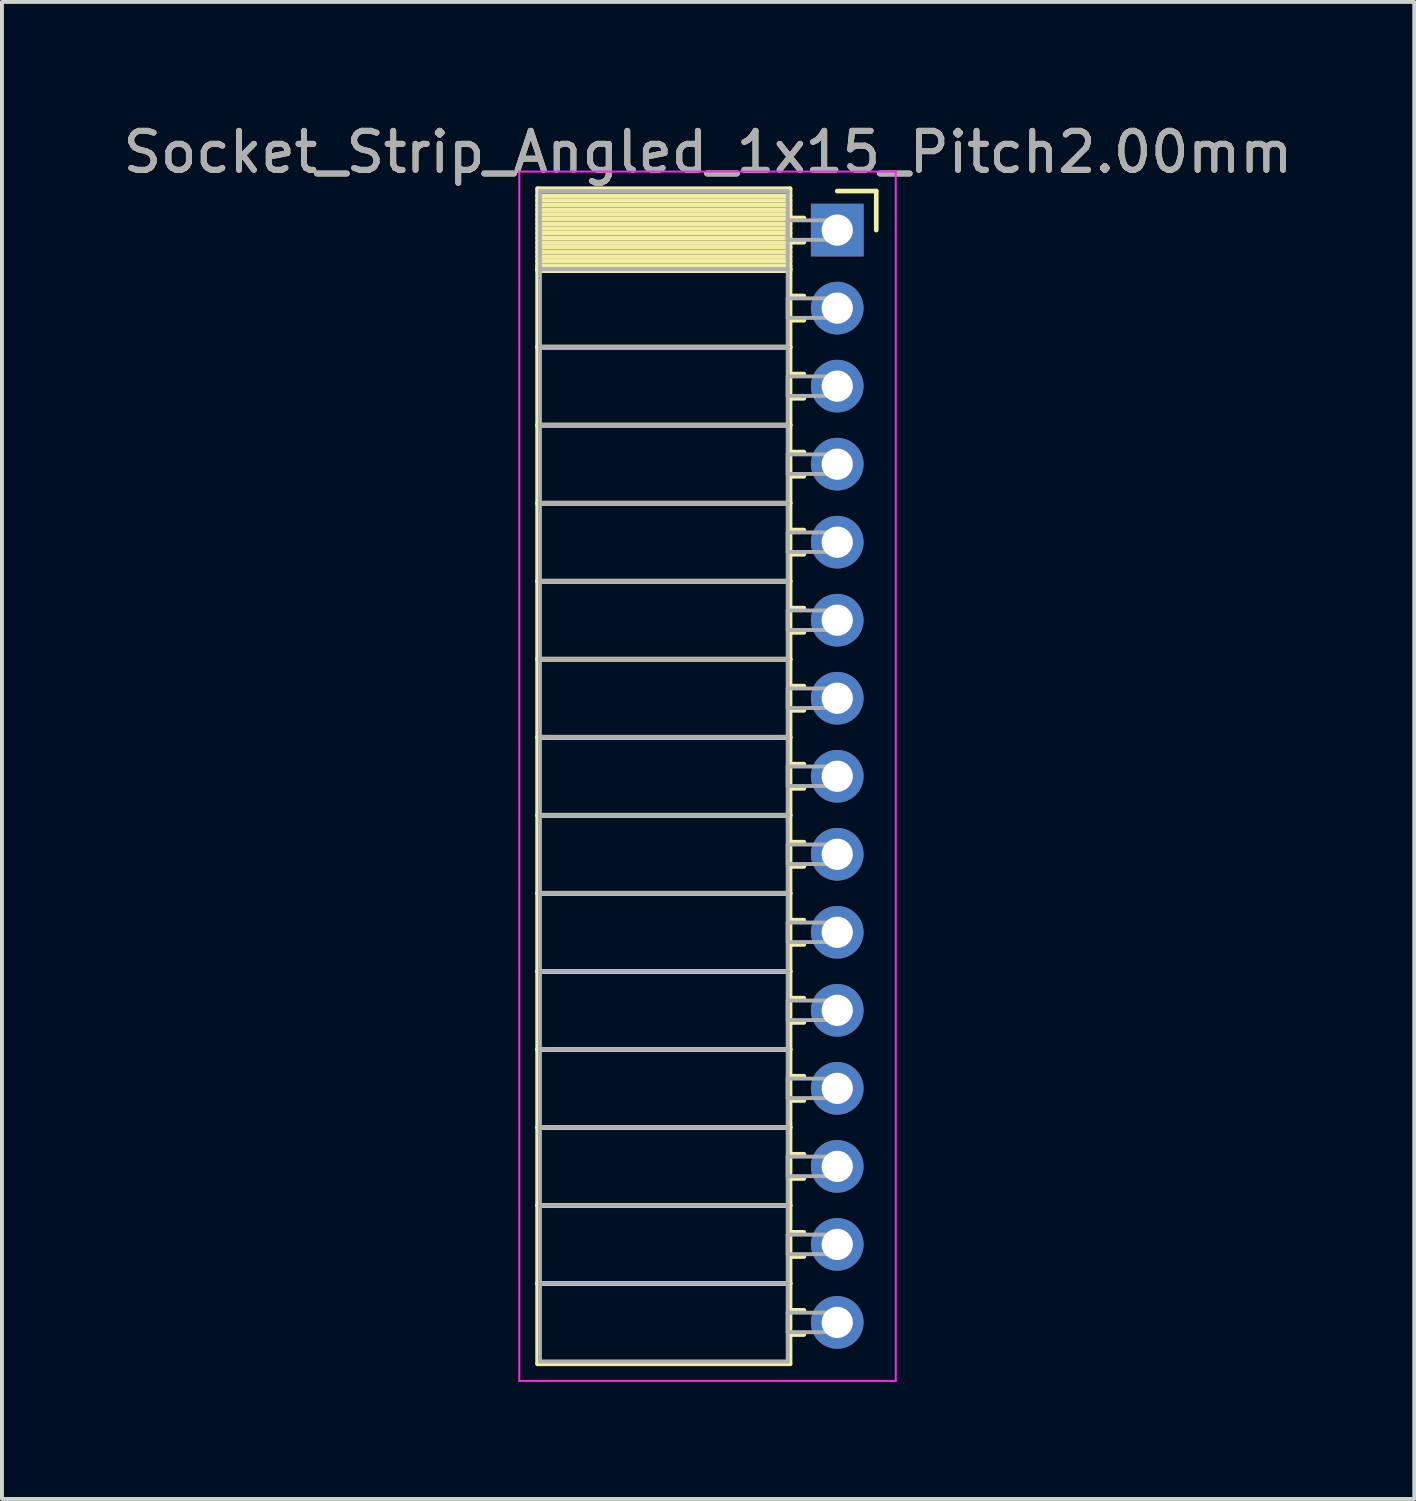
<source format=kicad_pcb>
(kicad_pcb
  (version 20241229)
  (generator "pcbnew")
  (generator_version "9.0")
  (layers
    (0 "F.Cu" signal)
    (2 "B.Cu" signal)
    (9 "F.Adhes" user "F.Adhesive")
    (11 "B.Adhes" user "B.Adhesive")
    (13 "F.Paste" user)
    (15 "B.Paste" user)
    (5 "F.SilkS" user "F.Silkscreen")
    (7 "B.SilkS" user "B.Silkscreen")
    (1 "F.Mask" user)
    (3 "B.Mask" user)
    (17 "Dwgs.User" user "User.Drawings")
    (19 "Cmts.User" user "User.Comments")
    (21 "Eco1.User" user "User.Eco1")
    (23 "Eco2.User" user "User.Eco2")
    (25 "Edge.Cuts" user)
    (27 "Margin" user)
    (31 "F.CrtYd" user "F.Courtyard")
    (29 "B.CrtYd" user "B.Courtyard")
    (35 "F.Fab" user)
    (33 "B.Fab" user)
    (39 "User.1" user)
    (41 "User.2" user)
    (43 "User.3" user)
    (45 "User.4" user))
  (footprint "Socket_Strip_Angled_1x15_Pitch2.00mm"
    (layer "F.Cu")
    (at 18.411 2.848)
    (property "Reference" "Socket_Strip_Angled_1x15_Pitch2.00mm" (at -3.31 -2 0) (layer "F.SilkS") (effects (font (size 1 1) (thickness 0.15))))
    (attr through_hole)
    (fp_line (start -7.68 -1.06) (end -1.21 -1.06) (stroke (width 0.12) (type solid)) (layer "F.SilkS"))
    (fp_line (start -7.68 1) (end -7.68 -1.06) (stroke (width 0.12) (type solid)) (layer "F.SilkS"))
    (fp_line (start -7.68 1) (end -1.21 1) (stroke (width 0.12) (type solid)) (layer "F.SilkS"))
    (fp_line (start -7.68 3) (end -7.68 1) (stroke (width 0.12) (type solid)) (layer "F.SilkS"))
    (fp_line (start -7.68 3) (end -1.21 3) (stroke (width 0.12) (type solid)) (layer "F.SilkS"))
    (fp_line (start -7.68 5) (end -7.68 3) (stroke (width 0.12) (type solid)) (layer "F.SilkS"))
    (fp_line (start -7.68 5) (end -1.21 5) (stroke (width 0.12) (type solid)) (layer "F.SilkS"))
    (fp_line (start -7.68 7) (end -7.68 5) (stroke (width 0.12) (type solid)) (layer "F.SilkS"))
    (fp_line (start -7.68 7) (end -1.21 7) (stroke (width 0.12) (type solid)) (layer "F.SilkS"))
    (fp_line (start -7.68 9) (end -7.68 7) (stroke (width 0.12) (type solid)) (layer "F.SilkS"))
    (fp_line (start -7.68 9) (end -1.21 9) (stroke (width 0.12) (type solid)) (layer "F.SilkS"))
    (fp_line (start -7.68 11) (end -7.68 9) (stroke (width 0.12) (type solid)) (layer "F.SilkS"))
    (fp_line (start -7.68 11) (end -1.21 11) (stroke (width 0.12) (type solid)) (layer "F.SilkS"))
    (fp_line (start -7.68 13) (end -7.68 11) (stroke (width 0.12) (type solid)) (layer "F.SilkS"))
    (fp_line (start -7.68 13) (end -1.21 13) (stroke (width 0.12) (type solid)) (layer "F.SilkS"))
    (fp_line (start -7.68 15) (end -7.68 13) (stroke (width 0.12) (type solid)) (layer "F.SilkS"))
    (fp_line (start -7.68 15) (end -1.21 15) (stroke (width 0.12) (type solid)) (layer "F.SilkS"))
    (fp_line (start -7.68 17) (end -7.68 15) (stroke (width 0.12) (type solid)) (layer "F.SilkS"))
    (fp_line (start -7.68 17) (end -1.21 17) (stroke (width 0.12) (type solid)) (layer "F.SilkS"))
    (fp_line (start -7.68 19) (end -7.68 17) (stroke (width 0.12) (type solid)) (layer "F.SilkS"))
    (fp_line (start -7.68 19) (end -1.21 19) (stroke (width 0.12) (type solid)) (layer "F.SilkS"))
    (fp_line (start -7.68 21) (end -7.68 19) (stroke (width 0.12) (type solid)) (layer "F.SilkS"))
    (fp_line (start -7.68 21) (end -1.21 21) (stroke (width 0.12) (type solid)) (layer "F.SilkS"))
    (fp_line (start -7.68 23) (end -7.68 21) (stroke (width 0.12) (type solid)) (layer "F.SilkS"))
    (fp_line (start -7.68 23) (end -1.21 23) (stroke (width 0.12) (type solid)) (layer "F.SilkS"))
    (fp_line (start -7.68 25) (end -7.68 23) (stroke (width 0.12) (type solid)) (layer "F.SilkS"))
    (fp_line (start -7.68 25) (end -1.21 25) (stroke (width 0.12) (type solid)) (layer "F.SilkS"))
    (fp_line (start -7.68 27) (end -7.68 25) (stroke (width 0.12) (type solid)) (layer "F.SilkS"))
    (fp_line (start -7.68 27) (end -1.21 27) (stroke (width 0.12) (type solid)) (layer "F.SilkS"))
    (fp_line (start -7.68 29.06) (end -7.68 27) (stroke (width 0.12) (type solid)) (layer "F.SilkS"))
    (fp_line (start -1.21 -1.06) (end -1.21 1) (stroke (width 0.12) (type solid)) (layer "F.SilkS"))
    (fp_line (start -1.21 -0.88) (end -7.68 -0.88) (stroke (width 0.12) (type solid)) (layer "F.SilkS"))
    (fp_line (start -1.21 -0.76) (end -7.68 -0.76) (stroke (width 0.12) (type solid)) (layer "F.SilkS"))
    (fp_line (start -1.21 -0.64) (end -7.68 -0.64) (stroke (width 0.12) (type solid)) (layer "F.SilkS"))
    (fp_line (start -1.21 -0.52) (end -7.68 -0.52) (stroke (width 0.12) (type solid)) (layer "F.SilkS"))
    (fp_line (start -1.21 -0.4) (end -7.68 -0.4) (stroke (width 0.12) (type solid)) (layer "F.SilkS"))
    (fp_line (start -1.21 -0.28) (end -7.68 -0.28) (stroke (width 0.12) (type solid)) (layer "F.SilkS"))
    (fp_line (start -1.21 -0.16) (end -7.68 -0.16) (stroke (width 0.12) (type solid)) (layer "F.SilkS"))
    (fp_line (start -1.21 -0.04) (end -7.68 -0.04) (stroke (width 0.12) (type solid)) (layer "F.SilkS"))
    (fp_line (start -1.21 0.08) (end -7.68 0.08) (stroke (width 0.12) (type solid)) (layer "F.SilkS"))
    (fp_line (start -1.21 0.2) (end -7.68 0.2) (stroke (width 0.12) (type solid)) (layer "F.SilkS"))
    (fp_line (start -1.21 0.32) (end -7.68 0.32) (stroke (width 0.12) (type solid)) (layer "F.SilkS"))
    (fp_line (start -1.21 0.44) (end -7.68 0.44) (stroke (width 0.12) (type solid)) (layer "F.SilkS"))
    (fp_line (start -1.21 0.56) (end -7.68 0.56) (stroke (width 0.12) (type solid)) (layer "F.SilkS"))
    (fp_line (start -1.21 0.68) (end -7.68 0.68) (stroke (width 0.12) (type solid)) (layer "F.SilkS"))
    (fp_line (start -1.21 0.8) (end -7.68 0.8) (stroke (width 0.12) (type solid)) (layer "F.SilkS"))
    (fp_line (start -1.21 0.92) (end -7.68 0.92) (stroke (width 0.12) (type solid)) (layer "F.SilkS"))
    (fp_line (start -1.21 1) (end -7.68 1) (stroke (width 0.12) (type solid)) (layer "F.SilkS"))
    (fp_line (start -1.21 1) (end -1.21 3) (stroke (width 0.12) (type solid)) (layer "F.SilkS"))
    (fp_line (start -1.21 1.04) (end -7.68 1.04) (stroke (width 0.12) (type solid)) (layer "F.SilkS"))
    (fp_line (start -1.21 3) (end -7.68 3) (stroke (width 0.12) (type solid)) (layer "F.SilkS"))
    (fp_line (start -1.21 3) (end -1.21 5) (stroke (width 0.12) (type solid)) (layer "F.SilkS"))
    (fp_line (start -1.21 5) (end -7.68 5) (stroke (width 0.12) (type solid)) (layer "F.SilkS"))
    (fp_line (start -1.21 5) (end -1.21 7) (stroke (width 0.12) (type solid)) (layer "F.SilkS"))
    (fp_line (start -1.21 7) (end -7.68 7) (stroke (width 0.12) (type solid)) (layer "F.SilkS"))
    (fp_line (start -1.21 7) (end -1.21 9) (stroke (width 0.12) (type solid)) (layer "F.SilkS"))
    (fp_line (start -1.21 9) (end -7.68 9) (stroke (width 0.12) (type solid)) (layer "F.SilkS"))
    (fp_line (start -1.21 9) (end -1.21 11) (stroke (width 0.12) (type solid)) (layer "F.SilkS"))
    (fp_line (start -1.21 11) (end -7.68 11) (stroke (width 0.12) (type solid)) (layer "F.SilkS"))
    (fp_line (start -1.21 11) (end -1.21 13) (stroke (width 0.12) (type solid)) (layer "F.SilkS"))
    (fp_line (start -1.21 13) (end -7.68 13) (stroke (width 0.12) (type solid)) (layer "F.SilkS"))
    (fp_line (start -1.21 13) (end -1.21 15) (stroke (width 0.12) (type solid)) (layer "F.SilkS"))
    (fp_line (start -1.21 15) (end -7.68 15) (stroke (width 0.12) (type solid)) (layer "F.SilkS"))
    (fp_line (start -1.21 15) (end -1.21 17) (stroke (width 0.12) (type solid)) (layer "F.SilkS"))
    (fp_line (start -1.21 17) (end -7.68 17) (stroke (width 0.12) (type solid)) (layer "F.SilkS"))
    (fp_line (start -1.21 17) (end -1.21 19) (stroke (width 0.12) (type solid)) (layer "F.SilkS"))
    (fp_line (start -1.21 19) (end -7.68 19) (stroke (width 0.12) (type solid)) (layer "F.SilkS"))
    (fp_line (start -1.21 19) (end -1.21 21) (stroke (width 0.12) (type solid)) (layer "F.SilkS"))
    (fp_line (start -1.21 21) (end -7.68 21) (stroke (width 0.12) (type solid)) (layer "F.SilkS"))
    (fp_line (start -1.21 21) (end -1.21 23) (stroke (width 0.12) (type solid)) (layer "F.SilkS"))
    (fp_line (start -1.21 23) (end -7.68 23) (stroke (width 0.12) (type solid)) (layer "F.SilkS"))
    (fp_line (start -1.21 23) (end -1.21 25) (stroke (width 0.12) (type solid)) (layer "F.SilkS"))
    (fp_line (start -1.21 25) (end -7.68 25) (stroke (width 0.12) (type solid)) (layer "F.SilkS"))
    (fp_line (start -1.21 25) (end -1.21 27) (stroke (width 0.12) (type solid)) (layer "F.SilkS"))
    (fp_line (start -1.21 27) (end -7.68 27) (stroke (width 0.12) (type solid)) (layer "F.SilkS"))
    (fp_line (start -1.21 27) (end -1.21 29.06) (stroke (width 0.12) (type solid)) (layer "F.SilkS"))
    (fp_line (start -1.21 29.06) (end -7.68 29.06) (stroke (width 0.12) (type solid)) (layer "F.SilkS"))
    (fp_line (start -0.855 -0.31) (end -1.21 -0.31) (stroke (width 0.12) (type solid)) (layer "F.SilkS"))
    (fp_line (start -0.855 0.31) (end -1.21 0.31) (stroke (width 0.12) (type solid)) (layer "F.SilkS"))
    (fp_line (start -0.855 1.69) (end -1.21 1.69) (stroke (width 0.12) (type solid)) (layer "F.SilkS"))
    (fp_line (start -0.855 2.31) (end -1.21 2.31) (stroke (width 0.12) (type solid)) (layer "F.SilkS"))
    (fp_line (start -0.855 3.69) (end -1.21 3.69) (stroke (width 0.12) (type solid)) (layer "F.SilkS"))
    (fp_line (start -0.855 4.31) (end -1.21 4.31) (stroke (width 0.12) (type solid)) (layer "F.SilkS"))
    (fp_line (start -0.855 5.69) (end -1.21 5.69) (stroke (width 0.12) (type solid)) (layer "F.SilkS"))
    (fp_line (start -0.855 6.31) (end -1.21 6.31) (stroke (width 0.12) (type solid)) (layer "F.SilkS"))
    (fp_line (start -0.855 7.69) (end -1.21 7.69) (stroke (width 0.12) (type solid)) (layer "F.SilkS"))
    (fp_line (start -0.855 8.31) (end -1.21 8.31) (stroke (width 0.12) (type solid)) (layer "F.SilkS"))
    (fp_line (start -0.855 9.69) (end -1.21 9.69) (stroke (width 0.12) (type solid)) (layer "F.SilkS"))
    (fp_line (start -0.855 10.31) (end -1.21 10.31) (stroke (width 0.12) (type solid)) (layer "F.SilkS"))
    (fp_line (start -0.855 11.69) (end -1.21 11.69) (stroke (width 0.12) (type solid)) (layer "F.SilkS"))
    (fp_line (start -0.855 12.31) (end -1.21 12.31) (stroke (width 0.12) (type solid)) (layer "F.SilkS"))
    (fp_line (start -0.855 13.69) (end -1.21 13.69) (stroke (width 0.12) (type solid)) (layer "F.SilkS"))
    (fp_line (start -0.855 14.31) (end -1.21 14.31) (stroke (width 0.12) (type solid)) (layer "F.SilkS"))
    (fp_line (start -0.855 15.69) (end -1.21 15.69) (stroke (width 0.12) (type solid)) (layer "F.SilkS"))
    (fp_line (start -0.855 16.31) (end -1.21 16.31) (stroke (width 0.12) (type solid)) (layer "F.SilkS"))
    (fp_line (start -0.855 17.69) (end -1.21 17.69) (stroke (width 0.12) (type solid)) (layer "F.SilkS"))
    (fp_line (start -0.855 18.31) (end -1.21 18.31) (stroke (width 0.12) (type solid)) (layer "F.SilkS"))
    (fp_line (start -0.855 19.69) (end -1.21 19.69) (stroke (width 0.12) (type solid)) (layer "F.SilkS"))
    (fp_line (start -0.855 20.31) (end -1.21 20.31) (stroke (width 0.12) (type solid)) (layer "F.SilkS"))
    (fp_line (start -0.855 21.69) (end -1.21 21.69) (stroke (width 0.12) (type solid)) (layer "F.SilkS"))
    (fp_line (start -0.855 22.31) (end -1.21 22.31) (stroke (width 0.12) (type solid)) (layer "F.SilkS"))
    (fp_line (start -0.855 23.69) (end -1.21 23.69) (stroke (width 0.12) (type solid)) (layer "F.SilkS"))
    (fp_line (start -0.855 24.31) (end -1.21 24.31) (stroke (width 0.12) (type solid)) (layer "F.SilkS"))
    (fp_line (start -0.855 25.69) (end -1.21 25.69) (stroke (width 0.12) (type solid)) (layer "F.SilkS"))
    (fp_line (start -0.855 26.31) (end -1.21 26.31) (stroke (width 0.12) (type solid)) (layer "F.SilkS"))
    (fp_line (start -0.855 27.69) (end -1.21 27.69) (stroke (width 0.12) (type solid)) (layer "F.SilkS"))
    (fp_line (start -0.855 28.31) (end -1.21 28.31) (stroke (width 0.12) (type solid)) (layer "F.SilkS"))
    (fp_line (start 0 -1) (end 1 -1) (stroke (width 0.12) (type solid)) (layer "F.SilkS"))
    (fp_line (start 1 -1) (end 1 0) (stroke (width 0.12) (type solid)) (layer "F.SilkS"))
    (fp_line (start -8.15 -1.5) (end 1.5 -1.5) (stroke (width 0.05) (type solid)) (layer "F.CrtYd"))
    (fp_line (start -8.15 29.5) (end -8.15 -1.5) (stroke (width 0.05) (type solid)) (layer "F.CrtYd"))
    (fp_line (start 1.5 -1.5) (end 1.5 29.5) (stroke (width 0.05) (type solid)) (layer "F.CrtYd"))
    (fp_line (start 1.5 29.5) (end -8.15 29.5) (stroke (width 0.05) (type solid)) (layer "F.CrtYd"))
    (fp_line (start -7.62 -1) (end -1.27 -1) (stroke (width 0.1) (type solid)) (layer "F.Fab"))
    (fp_line (start -7.62 1) (end -7.62 -1) (stroke (width 0.1) (type solid)) (layer "F.Fab"))
    (fp_line (start -7.62 1) (end -1.27 1) (stroke (width 0.1) (type solid)) (layer "F.Fab"))
    (fp_line (start -7.62 3) (end -7.62 1) (stroke (width 0.1) (type solid)) (layer "F.Fab"))
    (fp_line (start -7.62 3) (end -1.27 3) (stroke (width 0.1) (type solid)) (layer "F.Fab"))
    (fp_line (start -7.62 5) (end -7.62 3) (stroke (width 0.1) (type solid)) (layer "F.Fab"))
    (fp_line (start -7.62 5) (end -1.27 5) (stroke (width 0.1) (type solid)) (layer "F.Fab"))
    (fp_line (start -7.62 7) (end -7.62 5) (stroke (width 0.1) (type solid)) (layer "F.Fab"))
    (fp_line (start -7.62 7) (end -1.27 7) (stroke (width 0.1) (type solid)) (layer "F.Fab"))
    (fp_line (start -7.62 9) (end -7.62 7) (stroke (width 0.1) (type solid)) (layer "F.Fab"))
    (fp_line (start -7.62 9) (end -1.27 9) (stroke (width 0.1) (type solid)) (layer "F.Fab"))
    (fp_line (start -7.62 11) (end -7.62 9) (stroke (width 0.1) (type solid)) (layer "F.Fab"))
    (fp_line (start -7.62 11) (end -1.27 11) (stroke (width 0.1) (type solid)) (layer "F.Fab"))
    (fp_line (start -7.62 13) (end -7.62 11) (stroke (width 0.1) (type solid)) (layer "F.Fab"))
    (fp_line (start -7.62 13) (end -1.27 13) (stroke (width 0.1) (type solid)) (layer "F.Fab"))
    (fp_line (start -7.62 15) (end -7.62 13) (stroke (width 0.1) (type solid)) (layer "F.Fab"))
    (fp_line (start -7.62 15) (end -1.27 15) (stroke (width 0.1) (type solid)) (layer "F.Fab"))
    (fp_line (start -7.62 17) (end -7.62 15) (stroke (width 0.1) (type solid)) (layer "F.Fab"))
    (fp_line (start -7.62 17) (end -1.27 17) (stroke (width 0.1) (type solid)) (layer "F.Fab"))
    (fp_line (start -7.62 19) (end -7.62 17) (stroke (width 0.1) (type solid)) (layer "F.Fab"))
    (fp_line (start -7.62 19) (end -1.27 19) (stroke (width 0.1) (type solid)) (layer "F.Fab"))
    (fp_line (start -7.62 21) (end -7.62 19) (stroke (width 0.1) (type solid)) (layer "F.Fab"))
    (fp_line (start -7.62 21) (end -1.27 21) (stroke (width 0.1) (type solid)) (layer "F.Fab"))
    (fp_line (start -7.62 23) (end -7.62 21) (stroke (width 0.1) (type solid)) (layer "F.Fab"))
    (fp_line (start -7.62 23) (end -1.27 23) (stroke (width 0.1) (type solid)) (layer "F.Fab"))
    (fp_line (start -7.62 25) (end -7.62 23) (stroke (width 0.1) (type solid)) (layer "F.Fab"))
    (fp_line (start -7.62 25) (end -1.27 25) (stroke (width 0.1) (type solid)) (layer "F.Fab"))
    (fp_line (start -7.62 27) (end -7.62 25) (stroke (width 0.1) (type solid)) (layer "F.Fab"))
    (fp_line (start -7.62 27) (end -1.27 27) (stroke (width 0.1) (type solid)) (layer "F.Fab"))
    (fp_line (start -7.62 29) (end -7.62 27) (stroke (width 0.1) (type solid)) (layer "F.Fab"))
    (fp_line (start -1.27 -1) (end -1.27 1) (stroke (width 0.1) (type solid)) (layer "F.Fab"))
    (fp_line (start -1.27 -0.25) (end 0 -0.25) (stroke (width 0.1) (type solid)) (layer "F.Fab"))
    (fp_line (start -1.27 0.25) (end -1.27 -0.25) (stroke (width 0.1) (type solid)) (layer "F.Fab"))
    (fp_line (start -1.27 1) (end -7.62 1) (stroke (width 0.1) (type solid)) (layer "F.Fab"))
    (fp_line (start -1.27 1) (end -1.27 3) (stroke (width 0.1) (type solid)) (layer "F.Fab"))
    (fp_line (start -1.27 1.75) (end 0 1.75) (stroke (width 0.1) (type solid)) (layer "F.Fab"))
    (fp_line (start -1.27 2.25) (end -1.27 1.75) (stroke (width 0.1) (type solid)) (layer "F.Fab"))
    (fp_line (start -1.27 3) (end -7.62 3) (stroke (width 0.1) (type solid)) (layer "F.Fab"))
    (fp_line (start -1.27 3) (end -1.27 5) (stroke (width 0.1) (type solid)) (layer "F.Fab"))
    (fp_line (start -1.27 3.75) (end 0 3.75) (stroke (width 0.1) (type solid)) (layer "F.Fab"))
    (fp_line (start -1.27 4.25) (end -1.27 3.75) (stroke (width 0.1) (type solid)) (layer "F.Fab"))
    (fp_line (start -1.27 5) (end -7.62 5) (stroke (width 0.1) (type solid)) (layer "F.Fab"))
    (fp_line (start -1.27 5) (end -1.27 7) (stroke (width 0.1) (type solid)) (layer "F.Fab"))
    (fp_line (start -1.27 5.75) (end 0 5.75) (stroke (width 0.1) (type solid)) (layer "F.Fab"))
    (fp_line (start -1.27 6.25) (end -1.27 5.75) (stroke (width 0.1) (type solid)) (layer "F.Fab"))
    (fp_line (start -1.27 7) (end -7.62 7) (stroke (width 0.1) (type solid)) (layer "F.Fab"))
    (fp_line (start -1.27 7) (end -1.27 9) (stroke (width 0.1) (type solid)) (layer "F.Fab"))
    (fp_line (start -1.27 7.75) (end 0 7.75) (stroke (width 0.1) (type solid)) (layer "F.Fab"))
    (fp_line (start -1.27 8.25) (end -1.27 7.75) (stroke (width 0.1) (type solid)) (layer "F.Fab"))
    (fp_line (start -1.27 9) (end -7.62 9) (stroke (width 0.1) (type solid)) (layer "F.Fab"))
    (fp_line (start -1.27 9) (end -1.27 11) (stroke (width 0.1) (type solid)) (layer "F.Fab"))
    (fp_line (start -1.27 9.75) (end 0 9.75) (stroke (width 0.1) (type solid)) (layer "F.Fab"))
    (fp_line (start -1.27 10.25) (end -1.27 9.75) (stroke (width 0.1) (type solid)) (layer "F.Fab"))
    (fp_line (start -1.27 11) (end -7.62 11) (stroke (width 0.1) (type solid)) (layer "F.Fab"))
    (fp_line (start -1.27 11) (end -1.27 13) (stroke (width 0.1) (type solid)) (layer "F.Fab"))
    (fp_line (start -1.27 11.75) (end 0 11.75) (stroke (width 0.1) (type solid)) (layer "F.Fab"))
    (fp_line (start -1.27 12.25) (end -1.27 11.75) (stroke (width 0.1) (type solid)) (layer "F.Fab"))
    (fp_line (start -1.27 13) (end -7.62 13) (stroke (width 0.1) (type solid)) (layer "F.Fab"))
    (fp_line (start -1.27 13) (end -1.27 15) (stroke (width 0.1) (type solid)) (layer "F.Fab"))
    (fp_line (start -1.27 13.75) (end 0 13.75) (stroke (width 0.1) (type solid)) (layer "F.Fab"))
    (fp_line (start -1.27 14.25) (end -1.27 13.75) (stroke (width 0.1) (type solid)) (layer "F.Fab"))
    (fp_line (start -1.27 15) (end -7.62 15) (stroke (width 0.1) (type solid)) (layer "F.Fab"))
    (fp_line (start -1.27 15) (end -1.27 17) (stroke (width 0.1) (type solid)) (layer "F.Fab"))
    (fp_line (start -1.27 15.75) (end 0 15.75) (stroke (width 0.1) (type solid)) (layer "F.Fab"))
    (fp_line (start -1.27 16.25) (end -1.27 15.75) (stroke (width 0.1) (type solid)) (layer "F.Fab"))
    (fp_line (start -1.27 17) (end -7.62 17) (stroke (width 0.1) (type solid)) (layer "F.Fab"))
    (fp_line (start -1.27 17) (end -1.27 19) (stroke (width 0.1) (type solid)) (layer "F.Fab"))
    (fp_line (start -1.27 17.75) (end 0 17.75) (stroke (width 0.1) (type solid)) (layer "F.Fab"))
    (fp_line (start -1.27 18.25) (end -1.27 17.75) (stroke (width 0.1) (type solid)) (layer "F.Fab"))
    (fp_line (start -1.27 19) (end -7.62 19) (stroke (width 0.1) (type solid)) (layer "F.Fab"))
    (fp_line (start -1.27 19) (end -1.27 21) (stroke (width 0.1) (type solid)) (layer "F.Fab"))
    (fp_line (start -1.27 19.75) (end 0 19.75) (stroke (width 0.1) (type solid)) (layer "F.Fab"))
    (fp_line (start -1.27 20.25) (end -1.27 19.75) (stroke (width 0.1) (type solid)) (layer "F.Fab"))
    (fp_line (start -1.27 21) (end -7.62 21) (stroke (width 0.1) (type solid)) (layer "F.Fab"))
    (fp_line (start -1.27 21) (end -1.27 23) (stroke (width 0.1) (type solid)) (layer "F.Fab"))
    (fp_line (start -1.27 21.75) (end 0 21.75) (stroke (width 0.1) (type solid)) (layer "F.Fab"))
    (fp_line (start -1.27 22.25) (end -1.27 21.75) (stroke (width 0.1) (type solid)) (layer "F.Fab"))
    (fp_line (start -1.27 23) (end -7.62 23) (stroke (width 0.1) (type solid)) (layer "F.Fab"))
    (fp_line (start -1.27 23) (end -1.27 25) (stroke (width 0.1) (type solid)) (layer "F.Fab"))
    (fp_line (start -1.27 23.75) (end 0 23.75) (stroke (width 0.1) (type solid)) (layer "F.Fab"))
    (fp_line (start -1.27 24.25) (end -1.27 23.75) (stroke (width 0.1) (type solid)) (layer "F.Fab"))
    (fp_line (start -1.27 25) (end -7.62 25) (stroke (width 0.1) (type solid)) (layer "F.Fab"))
    (fp_line (start -1.27 25) (end -1.27 27) (stroke (width 0.1) (type solid)) (layer "F.Fab"))
    (fp_line (start -1.27 25.75) (end 0 25.75) (stroke (width 0.1) (type solid)) (layer "F.Fab"))
    (fp_line (start -1.27 26.25) (end -1.27 25.75) (stroke (width 0.1) (type solid)) (layer "F.Fab"))
    (fp_line (start -1.27 27) (end -7.62 27) (stroke (width 0.1) (type solid)) (layer "F.Fab"))
    (fp_line (start -1.27 27) (end -1.27 29) (stroke (width 0.1) (type solid)) (layer "F.Fab"))
    (fp_line (start -1.27 27.75) (end 0 27.75) (stroke (width 0.1) (type solid)) (layer "F.Fab"))
    (fp_line (start -1.27 28.25) (end -1.27 27.75) (stroke (width 0.1) (type solid)) (layer "F.Fab"))
    (fp_line (start -1.27 29) (end -7.62 29) (stroke (width 0.1) (type solid)) (layer "F.Fab"))
    (fp_line (start 0 -0.25) (end 0 0.25) (stroke (width 0.1) (type solid)) (layer "F.Fab"))
    (fp_line (start 0 0.25) (end -1.27 0.25) (stroke (width 0.1) (type solid)) (layer "F.Fab"))
    (fp_line (start 0 1.75) (end 0 2.25) (stroke (width 0.1) (type solid)) (layer "F.Fab"))
    (fp_line (start 0 2.25) (end -1.27 2.25) (stroke (width 0.1) (type solid)) (layer "F.Fab"))
    (fp_line (start 0 3.75) (end 0 4.25) (stroke (width 0.1) (type solid)) (layer "F.Fab"))
    (fp_line (start 0 4.25) (end -1.27 4.25) (stroke (width 0.1) (type solid)) (layer "F.Fab"))
    (fp_line (start 0 5.75) (end 0 6.25) (stroke (width 0.1) (type solid)) (layer "F.Fab"))
    (fp_line (start 0 6.25) (end -1.27 6.25) (stroke (width 0.1) (type solid)) (layer "F.Fab"))
    (fp_line (start 0 7.75) (end 0 8.25) (stroke (width 0.1) (type solid)) (layer "F.Fab"))
    (fp_line (start 0 8.25) (end -1.27 8.25) (stroke (width 0.1) (type solid)) (layer "F.Fab"))
    (fp_line (start 0 9.75) (end 0 10.25) (stroke (width 0.1) (type solid)) (layer "F.Fab"))
    (fp_line (start 0 10.25) (end -1.27 10.25) (stroke (width 0.1) (type solid)) (layer "F.Fab"))
    (fp_line (start 0 11.75) (end 0 12.25) (stroke (width 0.1) (type solid)) (layer "F.Fab"))
    (fp_line (start 0 12.25) (end -1.27 12.25) (stroke (width 0.1) (type solid)) (layer "F.Fab"))
    (fp_line (start 0 13.75) (end 0 14.25) (stroke (width 0.1) (type solid)) (layer "F.Fab"))
    (fp_line (start 0 14.25) (end -1.27 14.25) (stroke (width 0.1) (type solid)) (layer "F.Fab"))
    (fp_line (start 0 15.75) (end 0 16.25) (stroke (width 0.1) (type solid)) (layer "F.Fab"))
    (fp_line (start 0 16.25) (end -1.27 16.25) (stroke (width 0.1) (type solid)) (layer "F.Fab"))
    (fp_line (start 0 17.75) (end 0 18.25) (stroke (width 0.1) (type solid)) (layer "F.Fab"))
    (fp_line (start 0 18.25) (end -1.27 18.25) (stroke (width 0.1) (type solid)) (layer "F.Fab"))
    (fp_line (start 0 19.75) (end 0 20.25) (stroke (width 0.1) (type solid)) (layer "F.Fab"))
    (fp_line (start 0 20.25) (end -1.27 20.25) (stroke (width 0.1) (type solid)) (layer "F.Fab"))
    (fp_line (start 0 21.75) (end 0 22.25) (stroke (width 0.1) (type solid)) (layer "F.Fab"))
    (fp_line (start 0 22.25) (end -1.27 22.25) (stroke (width 0.1) (type solid)) (layer "F.Fab"))
    (fp_line (start 0 23.75) (end 0 24.25) (stroke (width 0.1) (type solid)) (layer "F.Fab"))
    (fp_line (start 0 24.25) (end -1.27 24.25) (stroke (width 0.1) (type solid)) (layer "F.Fab"))
    (fp_line (start 0 25.75) (end 0 26.25) (stroke (width 0.1) (type solid)) (layer "F.Fab"))
    (fp_line (start 0 26.25) (end -1.27 26.25) (stroke (width 0.1) (type solid)) (layer "F.Fab"))
    (fp_line (start 0 27.75) (end 0 28.25) (stroke (width 0.1) (type solid)) (layer "F.Fab"))
    (fp_line (start 0 28.25) (end -1.27 28.25) (stroke (width 0.1) (type solid)) (layer "F.Fab"))
    (fp_text user "${REFERENCE}" (at -3.31 -2 0) (layer "F.Fab") (effects (font (size 1 1) (thickness 0.15))))
    (pad "1" thru_hole rect (at 0 0) (size 1.35 1.35) (drill 0.8) (layers "*.Cu" "*.Mask"))
    (pad "2" thru_hole oval (at 0 2) (size 1.35 1.35) (drill 0.8) (layers "*.Cu" "*.Mask"))
    (pad "3" thru_hole oval (at 0 4) (size 1.35 1.35) (drill 0.8) (layers "*.Cu" "*.Mask"))
    (pad "4" thru_hole oval (at 0 6) (size 1.35 1.35) (drill 0.8) (layers "*.Cu" "*.Mask"))
    (pad "5" thru_hole oval (at 0 8) (size 1.35 1.35) (drill 0.8) (layers "*.Cu" "*.Mask"))
    (pad "6" thru_hole oval (at 0 10) (size 1.35 1.35) (drill 0.8) (layers "*.Cu" "*.Mask"))
    (pad "7" thru_hole oval (at 0 12) (size 1.35 1.35) (drill 0.8) (layers "*.Cu" "*.Mask"))
    (pad "8" thru_hole oval (at 0 14) (size 1.35 1.35) (drill 0.8) (layers "*.Cu" "*.Mask"))
    (pad "9" thru_hole oval (at 0 16) (size 1.35 1.35) (drill 0.8) (layers "*.Cu" "*.Mask"))
    (pad "10" thru_hole oval (at 0 18) (size 1.35 1.35) (drill 0.8) (layers "*.Cu" "*.Mask"))
    (pad "11" thru_hole oval (at 0 20) (size 1.35 1.35) (drill 0.8) (layers "*.Cu" "*.Mask"))
    (pad "12" thru_hole oval (at 0 22) (size 1.35 1.35) (drill 0.8) (layers "*.Cu" "*.Mask"))
    (pad "13" thru_hole oval (at 0 24) (size 1.35 1.35) (drill 0.8) (layers "*.Cu" "*.Mask"))
    (pad "14" thru_hole oval (at 0 26) (size 1.35 1.35) (drill 0.8) (layers "*.Cu" "*.Mask"))
    (pad "15" thru_hole oval (at 0 28) (size 1.35 1.35) (drill 0.8) (layers "*.Cu" "*.Mask")))
  (gr_rect
    (start -3 -3)
    (end 33.202 35.373)
    (stroke (width 0.1) (type default))
    (fill no)
    (layer "Edge.Cuts")))
</source>
